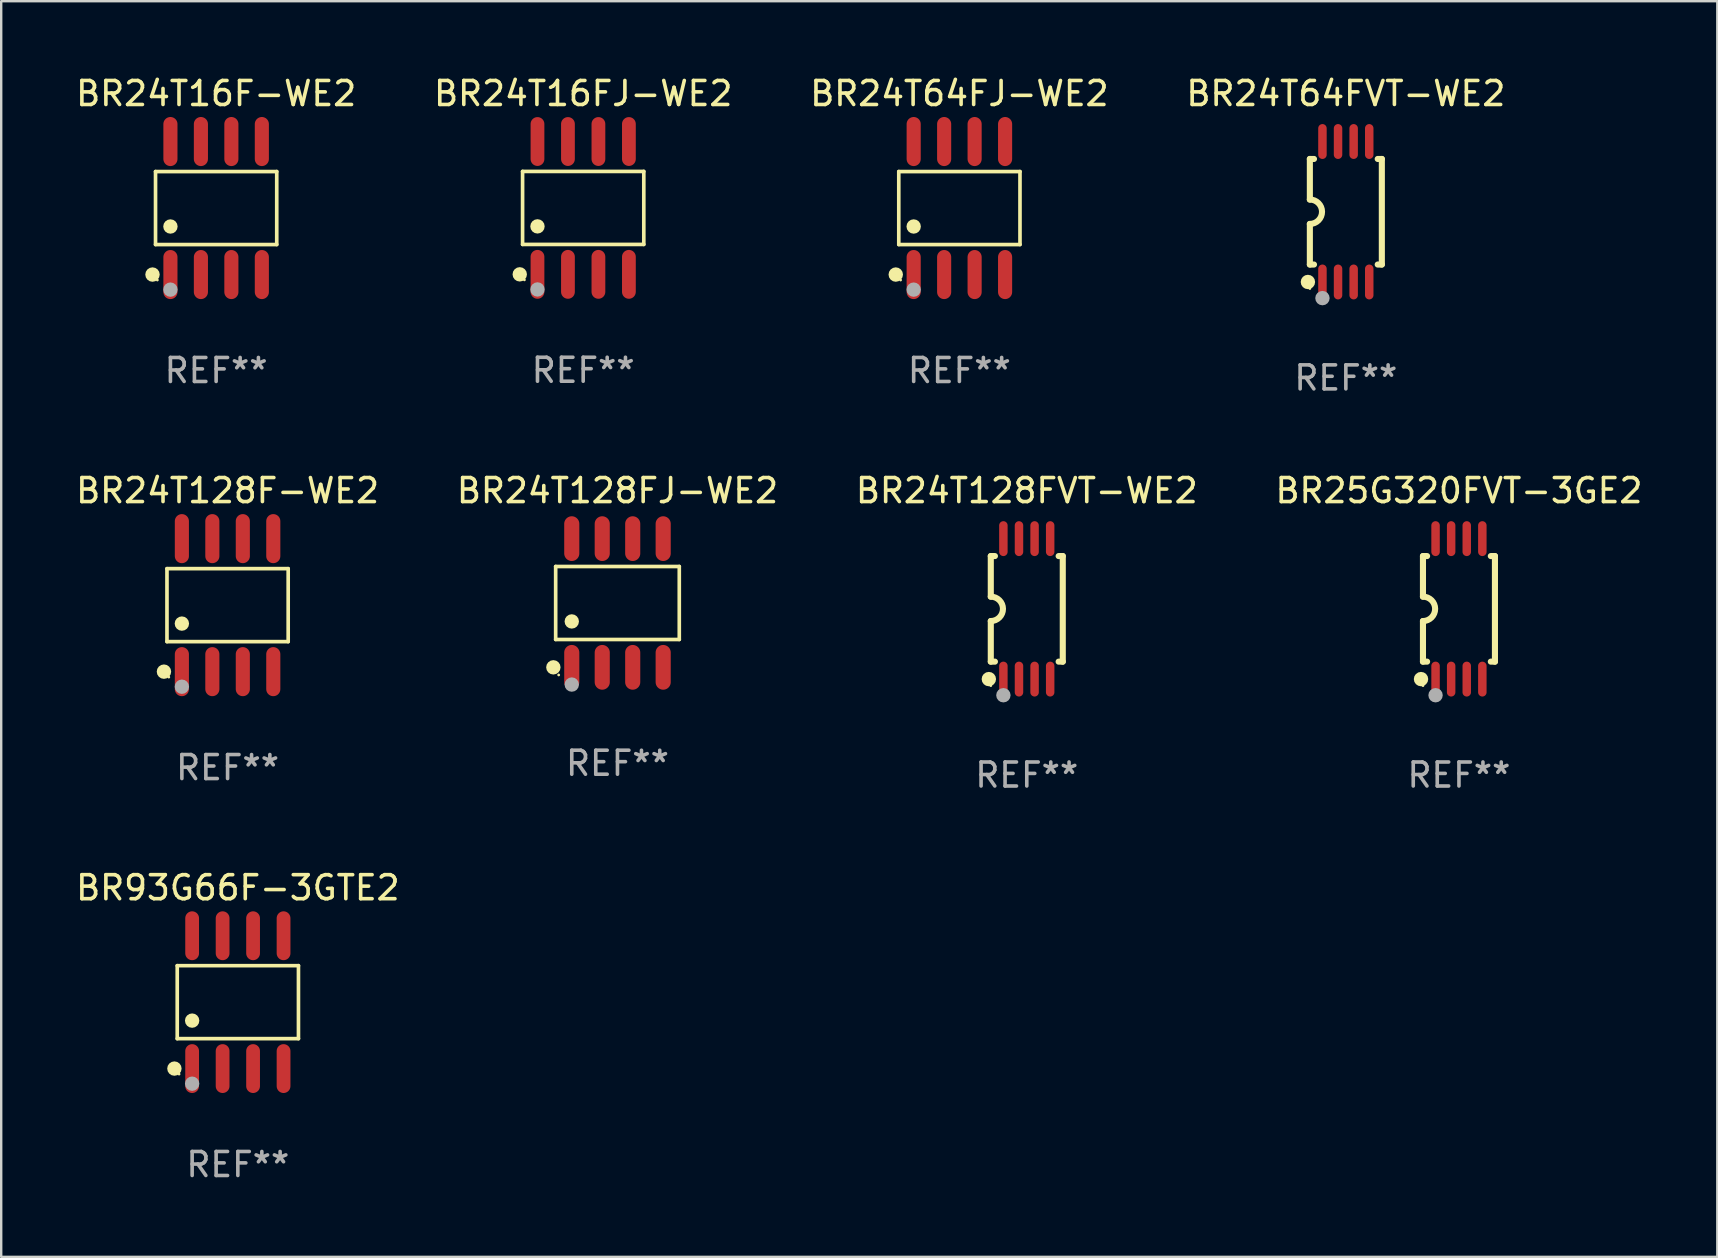
<source format=kicad_pcb>
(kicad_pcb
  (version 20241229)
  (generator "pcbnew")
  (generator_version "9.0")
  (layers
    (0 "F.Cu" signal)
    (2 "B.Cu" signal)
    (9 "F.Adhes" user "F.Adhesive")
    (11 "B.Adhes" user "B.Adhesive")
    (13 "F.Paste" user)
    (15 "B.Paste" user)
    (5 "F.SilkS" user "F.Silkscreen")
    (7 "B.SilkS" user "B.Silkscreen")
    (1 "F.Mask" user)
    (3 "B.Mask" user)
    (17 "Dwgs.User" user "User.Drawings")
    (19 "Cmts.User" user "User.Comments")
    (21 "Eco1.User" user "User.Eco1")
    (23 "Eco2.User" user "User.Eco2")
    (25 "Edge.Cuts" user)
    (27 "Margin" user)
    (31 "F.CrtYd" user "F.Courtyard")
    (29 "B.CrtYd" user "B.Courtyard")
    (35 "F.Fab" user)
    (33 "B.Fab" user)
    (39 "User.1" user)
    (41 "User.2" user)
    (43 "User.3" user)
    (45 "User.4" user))
  (footprint "BR24T128F-WE2"
    (layer "F.Cu")
    (at 6.435 22.171)
    (property "Reference" "BR24T128F-WE2" (at 0 -4.772 0) (layer "F.SilkS") (effects (font (size 1 1) (thickness 0.15))))
    (attr through_hole)
    (fp_line (start -2.526 -1.521) (end 2.526 -1.521) (stroke (width 0.152) (type solid)) (layer "F.SilkS"))
    (fp_line (start -2.526 1.521) (end -2.526 -1.521) (stroke (width 0.152) (type solid)) (layer "F.SilkS"))
    (fp_line (start 2.526 -1.521) (end 2.526 1.521) (stroke (width 0.152) (type solid)) (layer "F.SilkS"))
    (fp_line (start 2.526 1.521) (end -2.526 1.521) (stroke (width 0.152) (type solid)) (layer "F.SilkS"))
    (fp_circle (center -2.652 2.772) (end -2.501 2.772) (stroke (width 0.3) (type solid)) (fill no) (layer "F.SilkS"))
    (fp_circle (center -2.45 3) (end -2.42 3) (stroke (width 0.06) (type solid)) (fill no) (layer "F.SilkS"))
    (fp_circle (center -1.905 0.769) (end -1.755 0.769) (stroke (width 0.3) (type solid)) (fill no) (layer "F.SilkS"))
    (fp_circle (center -1.905 3.4) (end -1.755 3.4) (stroke (width 0.3) (type solid)) (fill no) (layer "F.Fab"))
    (fp_text user "REF**" (at 0 6.772 0) (layer "F.Fab") (effects (font (size 1 1) (thickness 0.15))))
    (pad "1" smd oval (at -1.905 2.772) (size 0.588 2.045) (layers "F.Cu" "F.Mask" "F.Paste"))
    (pad "2" smd oval (at -0.635 2.772) (size 0.588 2.045) (layers "F.Cu" "F.Mask" "F.Paste"))
    (pad "3" smd oval (at 0.635 2.772) (size 0.588 2.045) (layers "F.Cu" "F.Mask" "F.Paste"))
    (pad "4" smd oval (at 1.905 2.772) (size 0.588 2.045) (layers "F.Cu" "F.Mask" "F.Paste"))
    (pad "5" smd oval (at 1.905 -2.772) (size 0.588 2.045) (layers "F.Cu" "F.Mask" "F.Paste"))
    (pad "6" smd oval (at 0.635 -2.772) (size 0.588 2.045) (layers "F.Cu" "F.Mask" "F.Paste"))
    (pad "7" smd oval (at -0.635 -2.772) (size 0.588 2.045) (layers "F.Cu" "F.Mask" "F.Paste"))
    (pad "8" smd oval (at -1.905 -2.772) (size 0.588 2.045) (layers "F.Cu" "F.Mask" "F.Paste")))
  (footprint "BR24T128FJ-WE2"
    (layer "F.Cu")
    (at 22.685 22.081)
    (property "Reference" "BR24T128FJ-WE2" (at 0 -4.682 0) (layer "F.SilkS") (effects (font (size 1 1) (thickness 0.15))))
    (attr through_hole)
    (fp_line (start -2.576 -1.521) (end 2.576 -1.521) (stroke (width 0.152) (type solid)) (layer "F.SilkS"))
    (fp_line (start -2.576 1.521) (end -2.576 -1.521) (stroke (width 0.152) (type solid)) (layer "F.SilkS"))
    (fp_line (start 2.576 -1.521) (end 2.576 1.521) (stroke (width 0.152) (type solid)) (layer "F.SilkS"))
    (fp_line (start 2.576 1.521) (end -2.576 1.521) (stroke (width 0.152) (type solid)) (layer "F.SilkS"))
    (fp_circle (center -2.672 2.682) (end -2.522 2.682) (stroke (width 0.3) (type solid)) (fill no) (layer "F.SilkS"))
    (fp_circle (center -2.45 3) (end -2.42 3) (stroke (width 0.06) (type solid)) (fill no) (layer "F.SilkS"))
    (fp_circle (center -1.905 0.769) (end -1.755 0.769) (stroke (width 0.3) (type solid)) (fill no) (layer "F.SilkS"))
    (fp_circle (center -1.905 3.4) (end -1.755 3.4) (stroke (width 0.3) (type solid)) (fill no) (layer "F.Fab"))
    (fp_text user "REF**" (at 0 6.682 0) (layer "F.Fab") (effects (font (size 1 1) (thickness 0.15))))
    (pad "1" smd oval (at -1.905 2.682) (size 0.63 1.865) (layers "F.Cu" "F.Mask" "F.Paste"))
    (pad "2" smd oval (at -0.635 2.682) (size 0.63 1.865) (layers "F.Cu" "F.Mask" "F.Paste"))
    (pad "3" smd oval (at 0.635 2.682) (size 0.63 1.865) (layers "F.Cu" "F.Mask" "F.Paste"))
    (pad "4" smd oval (at 1.905 2.682) (size 0.63 1.865) (layers "F.Cu" "F.Mask" "F.Paste"))
    (pad "5" smd oval (at 1.905 -2.682) (size 0.63 1.865) (layers "F.Cu" "F.Mask" "F.Paste"))
    (pad "6" smd oval (at 0.635 -2.682) (size 0.63 1.865) (layers "F.Cu" "F.Mask" "F.Paste"))
    (pad "7" smd oval (at -0.635 -2.682) (size 0.63 1.865) (layers "F.Cu" "F.Mask" "F.Paste"))
    (pad "8" smd oval (at -1.905 -2.682) (size 0.63 1.865) (layers "F.Cu" "F.Mask" "F.Paste")))
  (footprint "BR24T64FVT-WE2"
    (layer "F.Cu")
    (at 53.042 5.775)
    (property "Reference" "BR24T64FVT-WE2" (at 0 -4.927 0) (layer "F.SilkS") (effects (font (size 1 1) (thickness 0.15))))
    (attr through_hole)
    (fp_line (start -1.5 -2.2) (end -1.5 -0.508) (stroke (width 0.254) (type solid)) (layer "F.SilkS"))
    (fp_line (start -1.5 -2.2) (end -1.328 -2.2) (stroke (width 0.254) (type solid)) (layer "F.SilkS"))
    (fp_line (start -1.5 2.2) (end -1.5 0.508) (stroke (width 0.254) (type solid)) (layer "F.SilkS"))
    (fp_line (start -1.5 2.2) (end -1.328 2.2) (stroke (width 0.254) (type solid)) (layer "F.SilkS"))
    (fp_line (start 1.328 -2.2) (end 1.5 -2.2) (stroke (width 0.254) (type solid)) (layer "F.SilkS"))
    (fp_line (start 1.328 2.2) (end 1.5 2.2) (stroke (width 0.254) (type solid)) (layer "F.SilkS"))
    (fp_line (start 1.5 -2.2) (end 1.5 2.2) (stroke (width 0.254) (type solid)) (layer "F.SilkS"))
    (fp_arc (start -1.501144 -0.508) (mid -0.993143 -0.000571) (end -1.5 0.508001) (stroke (width 0.254001) (type solid)) (layer "F.SilkS"))
    (fp_circle (center -1.581 2.927) (end -1.431 2.927) (stroke (width 0.3) (type solid)) (fill no) (layer "F.SilkS"))
    (fp_circle (center -1.5 3.2) (end -1.47 3.2) (stroke (width 0.06) (type solid)) (fill no) (layer "F.SilkS"))
    (fp_circle (center -0.975 3.6) (end -0.825 3.6) (stroke (width 0.3) (type solid)) (fill no) (layer "F.Fab"))
    (fp_text user "REF**" (at 0 6.927 0) (layer "F.Fab") (effects (font (size 1 1) (thickness 0.15))))
    (pad "1" smd oval (at -0.975 2.927) (size 0.353 1.454) (layers "F.Cu" "F.Mask" "F.Paste"))
    (pad "2" smd oval (at -0.325 2.927) (size 0.353 1.454) (layers "F.Cu" "F.Mask" "F.Paste"))
    (pad "3" smd oval (at 0.325 2.927) (size 0.353 1.454) (layers "F.Cu" "F.Mask" "F.Paste"))
    (pad "4" smd oval (at 0.975 2.927) (size 0.353 1.454) (layers "F.Cu" "F.Mask" "F.Paste"))
    (pad "5" smd oval (at 0.975 -2.927) (size 0.353 1.454) (layers "F.Cu" "F.Mask" "F.Paste"))
    (pad "6" smd oval (at 0.325 -2.927) (size 0.353 1.454) (layers "F.Cu" "F.Mask" "F.Paste"))
    (pad "7" smd oval (at -0.325 -2.927) (size 0.353 1.454) (layers "F.Cu" "F.Mask" "F.Paste"))
    (pad "8" smd oval (at -0.975 -2.927) (size 0.353 1.454) (layers "F.Cu" "F.Mask" "F.Paste")))
  (footprint "BR25G320FVT-3GE2"
    (layer "F.Cu")
    (at 57.756 22.326)
    (property "Reference" "BR25G320FVT-3GE2" (at 0 -4.927 0) (layer "F.SilkS") (effects (font (size 1 1) (thickness 0.15))))
    (attr through_hole)
    (fp_line (start -1.5 -2.2) (end -1.5 -0.508) (stroke (width 0.254) (type solid)) (layer "F.SilkS"))
    (fp_line (start -1.5 -2.2) (end -1.328 -2.2) (stroke (width 0.254) (type solid)) (layer "F.SilkS"))
    (fp_line (start -1.5 2.2) (end -1.5 0.508) (stroke (width 0.254) (type solid)) (layer "F.SilkS"))
    (fp_line (start -1.5 2.2) (end -1.328 2.2) (stroke (width 0.254) (type solid)) (layer "F.SilkS"))
    (fp_line (start 1.328 -2.2) (end 1.5 -2.2) (stroke (width 0.254) (type solid)) (layer "F.SilkS"))
    (fp_line (start 1.328 2.2) (end 1.5 2.2) (stroke (width 0.254) (type solid)) (layer "F.SilkS"))
    (fp_line (start 1.5 -2.2) (end 1.5 2.2) (stroke (width 0.254) (type solid)) (layer "F.SilkS"))
    (fp_arc (start -1.501144 -0.508) (mid -0.993143 -0.000571) (end -1.5 0.508001) (stroke (width 0.254001) (type solid)) (layer "F.SilkS"))
    (fp_circle (center -1.581 2.927) (end -1.431 2.927) (stroke (width 0.3) (type solid)) (fill no) (layer "F.SilkS"))
    (fp_circle (center -1.5 3.2) (end -1.47 3.2) (stroke (width 0.06) (type solid)) (fill no) (layer "F.SilkS"))
    (fp_circle (center -0.975 3.6) (end -0.825 3.6) (stroke (width 0.3) (type solid)) (fill no) (layer "F.Fab"))
    (fp_text user "REF**" (at 0 6.927 0) (layer "F.Fab") (effects (font (size 1 1) (thickness 0.15))))
    (pad "1" smd oval (at -0.975 2.927) (size 0.353 1.454) (layers "F.Cu" "F.Mask" "F.Paste"))
    (pad "2" smd oval (at -0.325 2.927) (size 0.353 1.454) (layers "F.Cu" "F.Mask" "F.Paste"))
    (pad "3" smd oval (at 0.325 2.927) (size 0.353 1.454) (layers "F.Cu" "F.Mask" "F.Paste"))
    (pad "4" smd oval (at 0.975 2.927) (size 0.353 1.454) (layers "F.Cu" "F.Mask" "F.Paste"))
    (pad "5" smd oval (at 0.975 -2.927) (size 0.353 1.454) (layers "F.Cu" "F.Mask" "F.Paste"))
    (pad "6" smd oval (at 0.325 -2.927) (size 0.353 1.454) (layers "F.Cu" "F.Mask" "F.Paste"))
    (pad "7" smd oval (at -0.325 -2.927) (size 0.353 1.454) (layers "F.Cu" "F.Mask" "F.Paste"))
    (pad "8" smd oval (at -0.975 -2.927) (size 0.353 1.454) (layers "F.Cu" "F.Mask" "F.Paste")))
  (footprint "BR24T128FVT-WE2"
    (layer "F.Cu")
    (at 39.744 22.326)
    (property "Reference" "BR24T128FVT-WE2" (at 0 -4.927 0) (layer "F.SilkS") (effects (font (size 1 1) (thickness 0.15))))
    (attr through_hole)
    (fp_line (start -1.5 -2.2) (end -1.5 -0.508) (stroke (width 0.254) (type solid)) (layer "F.SilkS"))
    (fp_line (start -1.5 -2.2) (end -1.328 -2.2) (stroke (width 0.254) (type solid)) (layer "F.SilkS"))
    (fp_line (start -1.5 2.2) (end -1.5 0.508) (stroke (width 0.254) (type solid)) (layer "F.SilkS"))
    (fp_line (start -1.5 2.2) (end -1.328 2.2) (stroke (width 0.254) (type solid)) (layer "F.SilkS"))
    (fp_line (start 1.328 -2.2) (end 1.5 -2.2) (stroke (width 0.254) (type solid)) (layer "F.SilkS"))
    (fp_line (start 1.328 2.2) (end 1.5 2.2) (stroke (width 0.254) (type solid)) (layer "F.SilkS"))
    (fp_line (start 1.5 -2.2) (end 1.5 2.2) (stroke (width 0.254) (type solid)) (layer "F.SilkS"))
    (fp_arc (start -1.501144 -0.508) (mid -0.993143 -0.000571) (end -1.5 0.508001) (stroke (width 0.254001) (type solid)) (layer "F.SilkS"))
    (fp_circle (center -1.581 2.927) (end -1.431 2.927) (stroke (width 0.3) (type solid)) (fill no) (layer "F.SilkS"))
    (fp_circle (center -1.5 3.2) (end -1.47 3.2) (stroke (width 0.06) (type solid)) (fill no) (layer "F.SilkS"))
    (fp_circle (center -0.975 3.6) (end -0.825 3.6) (stroke (width 0.3) (type solid)) (fill no) (layer "F.Fab"))
    (fp_text user "REF**" (at 0 6.927 0) (layer "F.Fab") (effects (font (size 1 1) (thickness 0.15))))
    (pad "1" smd oval (at -0.975 2.927) (size 0.353 1.454) (layers "F.Cu" "F.Mask" "F.Paste"))
    (pad "2" smd oval (at -0.325 2.927) (size 0.353 1.454) (layers "F.Cu" "F.Mask" "F.Paste"))
    (pad "3" smd oval (at 0.325 2.927) (size 0.353 1.454) (layers "F.Cu" "F.Mask" "F.Paste"))
    (pad "4" smd oval (at 0.975 2.927) (size 0.353 1.454) (layers "F.Cu" "F.Mask" "F.Paste"))
    (pad "5" smd oval (at 0.975 -2.927) (size 0.353 1.454) (layers "F.Cu" "F.Mask" "F.Paste"))
    (pad "6" smd oval (at 0.325 -2.927) (size 0.353 1.454) (layers "F.Cu" "F.Mask" "F.Paste"))
    (pad "7" smd oval (at -0.325 -2.927) (size 0.353 1.454) (layers "F.Cu" "F.Mask" "F.Paste"))
    (pad "8" smd oval (at -0.975 -2.927) (size 0.353 1.454) (layers "F.Cu" "F.Mask" "F.Paste")))
  (footprint "BR24T16FJ-WE2"
    (layer "F.Cu")
    (at 21.256 5.616)
    (property "Reference" "BR24T16FJ-WE2" (at 0 -4.768 0) (layer "F.SilkS") (effects (font (size 1 1) (thickness 0.15))))
    (attr through_hole)
    (fp_line (start -2.526 -1.521) (end 2.526 -1.521) (stroke (width 0.152) (type solid)) (layer "F.SilkS"))
    (fp_line (start -2.526 1.521) (end -2.526 -1.521) (stroke (width 0.152) (type solid)) (layer "F.SilkS"))
    (fp_line (start 2.526 -1.521) (end 2.526 1.521) (stroke (width 0.152) (type solid)) (layer "F.SilkS"))
    (fp_line (start 2.526 1.521) (end -2.526 1.521) (stroke (width 0.152) (type solid)) (layer "F.SilkS"))
    (fp_circle (center -2.644 2.768) (end -2.494 2.768) (stroke (width 0.3) (type solid)) (fill no) (layer "F.SilkS"))
    (fp_circle (center -2.45 2.998) (end -2.42 2.998) (stroke (width 0.06) (type solid)) (fill no) (layer "F.SilkS"))
    (fp_circle (center -1.905 0.769) (end -1.755 0.769) (stroke (width 0.3) (type solid)) (fill no) (layer "F.SilkS"))
    (fp_circle (center -1.905 3.398) (end -1.755 3.398) (stroke (width 0.3) (type solid)) (fill no) (layer "F.Fab"))
    (fp_text user "REF**" (at 0 6.768 0) (layer "F.Fab") (effects (font (size 1 1) (thickness 0.15))))
    (pad "1" smd oval (at -1.905 2.768) (size 0.574 2.036) (layers "F.Cu" "F.Mask" "F.Paste"))
    (pad "2" smd oval (at -0.635 2.768) (size 0.574 2.036) (layers "F.Cu" "F.Mask" "F.Paste"))
    (pad "3" smd oval (at 0.635 2.768) (size 0.574 2.036) (layers "F.Cu" "F.Mask" "F.Paste"))
    (pad "4" smd oval (at 1.905 2.768) (size 0.574 2.036) (layers "F.Cu" "F.Mask" "F.Paste"))
    (pad "5" smd oval (at 1.905 -2.768) (size 0.574 2.036) (layers "F.Cu" "F.Mask" "F.Paste"))
    (pad "6" smd oval (at 0.635 -2.768) (size 0.574 2.036) (layers "F.Cu" "F.Mask" "F.Paste"))
    (pad "7" smd oval (at -0.635 -2.768) (size 0.574 2.036) (layers "F.Cu" "F.Mask" "F.Paste"))
    (pad "8" smd oval (at -1.905 -2.768) (size 0.574 2.036) (layers "F.Cu" "F.Mask" "F.Paste")))
  (footprint "BR93G66F-3GTE2"
    (layer "F.Cu")
    (at 6.863 38.718)
    (property "Reference" "BR93G66F-3GTE2" (at 0 -4.768 0) (layer "F.SilkS") (effects (font (size 1 1) (thickness 0.15))))
    (attr through_hole)
    (fp_line (start -2.526 -1.521) (end 2.526 -1.521) (stroke (width 0.152) (type solid)) (layer "F.SilkS"))
    (fp_line (start -2.526 1.521) (end -2.526 -1.521) (stroke (width 0.152) (type solid)) (layer "F.SilkS"))
    (fp_line (start 2.526 -1.521) (end 2.526 1.521) (stroke (width 0.152) (type solid)) (layer "F.SilkS"))
    (fp_line (start 2.526 1.521) (end -2.526 1.521) (stroke (width 0.152) (type solid)) (layer "F.SilkS"))
    (fp_circle (center -2.644 2.768) (end -2.494 2.768) (stroke (width 0.3) (type solid)) (fill no) (layer "F.SilkS"))
    (fp_circle (center -2.45 2.998) (end -2.42 2.998) (stroke (width 0.06) (type solid)) (fill no) (layer "F.SilkS"))
    (fp_circle (center -1.905 0.769) (end -1.755 0.769) (stroke (width 0.3) (type solid)) (fill no) (layer "F.SilkS"))
    (fp_circle (center -1.905 3.398) (end -1.755 3.398) (stroke (width 0.3) (type solid)) (fill no) (layer "F.Fab"))
    (fp_text user "REF**" (at 0 6.768 0) (layer "F.Fab") (effects (font (size 1 1) (thickness 0.15))))
    (pad "1" smd oval (at -1.905 2.768) (size 0.574 2.036) (layers "F.Cu" "F.Mask" "F.Paste"))
    (pad "2" smd oval (at -0.635 2.768) (size 0.574 2.036) (layers "F.Cu" "F.Mask" "F.Paste"))
    (pad "3" smd oval (at 0.635 2.768) (size 0.574 2.036) (layers "F.Cu" "F.Mask" "F.Paste"))
    (pad "4" smd oval (at 1.905 2.768) (size 0.574 2.036) (layers "F.Cu" "F.Mask" "F.Paste"))
    (pad "5" smd oval (at 1.905 -2.768) (size 0.574 2.036) (layers "F.Cu" "F.Mask" "F.Paste"))
    (pad "6" smd oval (at 0.635 -2.768) (size 0.574 2.036) (layers "F.Cu" "F.Mask" "F.Paste"))
    (pad "7" smd oval (at -0.635 -2.768) (size 0.574 2.036) (layers "F.Cu" "F.Mask" "F.Paste"))
    (pad "8" smd oval (at -1.905 -2.768) (size 0.574 2.036) (layers "F.Cu" "F.Mask" "F.Paste")))
  (footprint "BR24T16F-WE2"
    (layer "F.Cu")
    (at 5.958 5.621)
    (property "Reference" "BR24T16F-WE2" (at 0 -4.772 0) (layer "F.SilkS") (effects (font (size 1 1) (thickness 0.15))))
    (attr through_hole)
    (fp_line (start -2.526 -1.521) (end 2.526 -1.521) (stroke (width 0.152) (type solid)) (layer "F.SilkS"))
    (fp_line (start -2.526 1.521) (end -2.526 -1.521) (stroke (width 0.152) (type solid)) (layer "F.SilkS"))
    (fp_line (start 2.526 -1.521) (end 2.526 1.521) (stroke (width 0.152) (type solid)) (layer "F.SilkS"))
    (fp_line (start 2.526 1.521) (end -2.526 1.521) (stroke (width 0.152) (type solid)) (layer "F.SilkS"))
    (fp_circle (center -2.652 2.772) (end -2.501 2.772) (stroke (width 0.3) (type solid)) (fill no) (layer "F.SilkS"))
    (fp_circle (center -2.45 3) (end -2.42 3) (stroke (width 0.06) (type solid)) (fill no) (layer "F.SilkS"))
    (fp_circle (center -1.905 0.769) (end -1.755 0.769) (stroke (width 0.3) (type solid)) (fill no) (layer "F.SilkS"))
    (fp_circle (center -1.905 3.4) (end -1.755 3.4) (stroke (width 0.3) (type solid)) (fill no) (layer "F.Fab"))
    (fp_text user "REF**" (at 0 6.772 0) (layer "F.Fab") (effects (font (size 1 1) (thickness 0.15))))
    (pad "1" smd oval (at -1.905 2.772) (size 0.588 2.045) (layers "F.Cu" "F.Mask" "F.Paste"))
    (pad "2" smd oval (at -0.635 2.772) (size 0.588 2.045) (layers "F.Cu" "F.Mask" "F.Paste"))
    (pad "3" smd oval (at 0.635 2.772) (size 0.588 2.045) (layers "F.Cu" "F.Mask" "F.Paste"))
    (pad "4" smd oval (at 1.905 2.772) (size 0.588 2.045) (layers "F.Cu" "F.Mask" "F.Paste"))
    (pad "5" smd oval (at 1.905 -2.772) (size 0.588 2.045) (layers "F.Cu" "F.Mask" "F.Paste"))
    (pad "6" smd oval (at 0.635 -2.772) (size 0.588 2.045) (layers "F.Cu" "F.Mask" "F.Paste"))
    (pad "7" smd oval (at -0.635 -2.772) (size 0.588 2.045) (layers "F.Cu" "F.Mask" "F.Paste"))
    (pad "8" smd oval (at -1.905 -2.772) (size 0.588 2.045) (layers "F.Cu" "F.Mask" "F.Paste")))
  (footprint "BR24T64FJ-WE2"
    (layer "F.Cu")
    (at 36.935 5.621)
    (property "Reference" "BR24T64FJ-WE2" (at 0 -4.772 0) (layer "F.SilkS") (effects (font (size 1 1) (thickness 0.15))))
    (attr through_hole)
    (fp_line (start -2.526 -1.521) (end 2.526 -1.521) (stroke (width 0.152) (type solid)) (layer "F.SilkS"))
    (fp_line (start -2.526 1.521) (end -2.526 -1.521) (stroke (width 0.152) (type solid)) (layer "F.SilkS"))
    (fp_line (start 2.526 -1.521) (end 2.526 1.521) (stroke (width 0.152) (type solid)) (layer "F.SilkS"))
    (fp_line (start 2.526 1.521) (end -2.526 1.521) (stroke (width 0.152) (type solid)) (layer "F.SilkS"))
    (fp_circle (center -2.652 2.772) (end -2.501 2.772) (stroke (width 0.3) (type solid)) (fill no) (layer "F.SilkS"))
    (fp_circle (center -2.45 3) (end -2.42 3) (stroke (width 0.06) (type solid)) (fill no) (layer "F.SilkS"))
    (fp_circle (center -1.905 0.769) (end -1.755 0.769) (stroke (width 0.3) (type solid)) (fill no) (layer "F.SilkS"))
    (fp_circle (center -1.905 3.4) (end -1.755 3.4) (stroke (width 0.3) (type solid)) (fill no) (layer "F.Fab"))
    (fp_text user "REF**" (at 0 6.772 0) (layer "F.Fab") (effects (font (size 1 1) (thickness 0.15))))
    (pad "1" smd oval (at -1.905 2.772) (size 0.588 2.045) (layers "F.Cu" "F.Mask" "F.Paste"))
    (pad "2" smd oval (at -0.635 2.772) (size 0.588 2.045) (layers "F.Cu" "F.Mask" "F.Paste"))
    (pad "3" smd oval (at 0.635 2.772) (size 0.588 2.045) (layers "F.Cu" "F.Mask" "F.Paste"))
    (pad "4" smd oval (at 1.905 2.772) (size 0.588 2.045) (layers "F.Cu" "F.Mask" "F.Paste"))
    (pad "5" smd oval (at 1.905 -2.772) (size 0.588 2.045) (layers "F.Cu" "F.Mask" "F.Paste"))
    (pad "6" smd oval (at 0.635 -2.772) (size 0.588 2.045) (layers "F.Cu" "F.Mask" "F.Paste"))
    (pad "7" smd oval (at -0.635 -2.772) (size 0.588 2.045) (layers "F.Cu" "F.Mask" "F.Paste"))
    (pad "8" smd oval (at -1.905 -2.772) (size 0.588 2.045) (layers "F.Cu" "F.Mask" "F.Paste")))
  (gr_rect
    (start -3 -3)
    (end 68.524 49.334)
    (stroke (width 0.1) (type default))
    (fill no)
    (layer "Edge.Cuts")))
</source>
